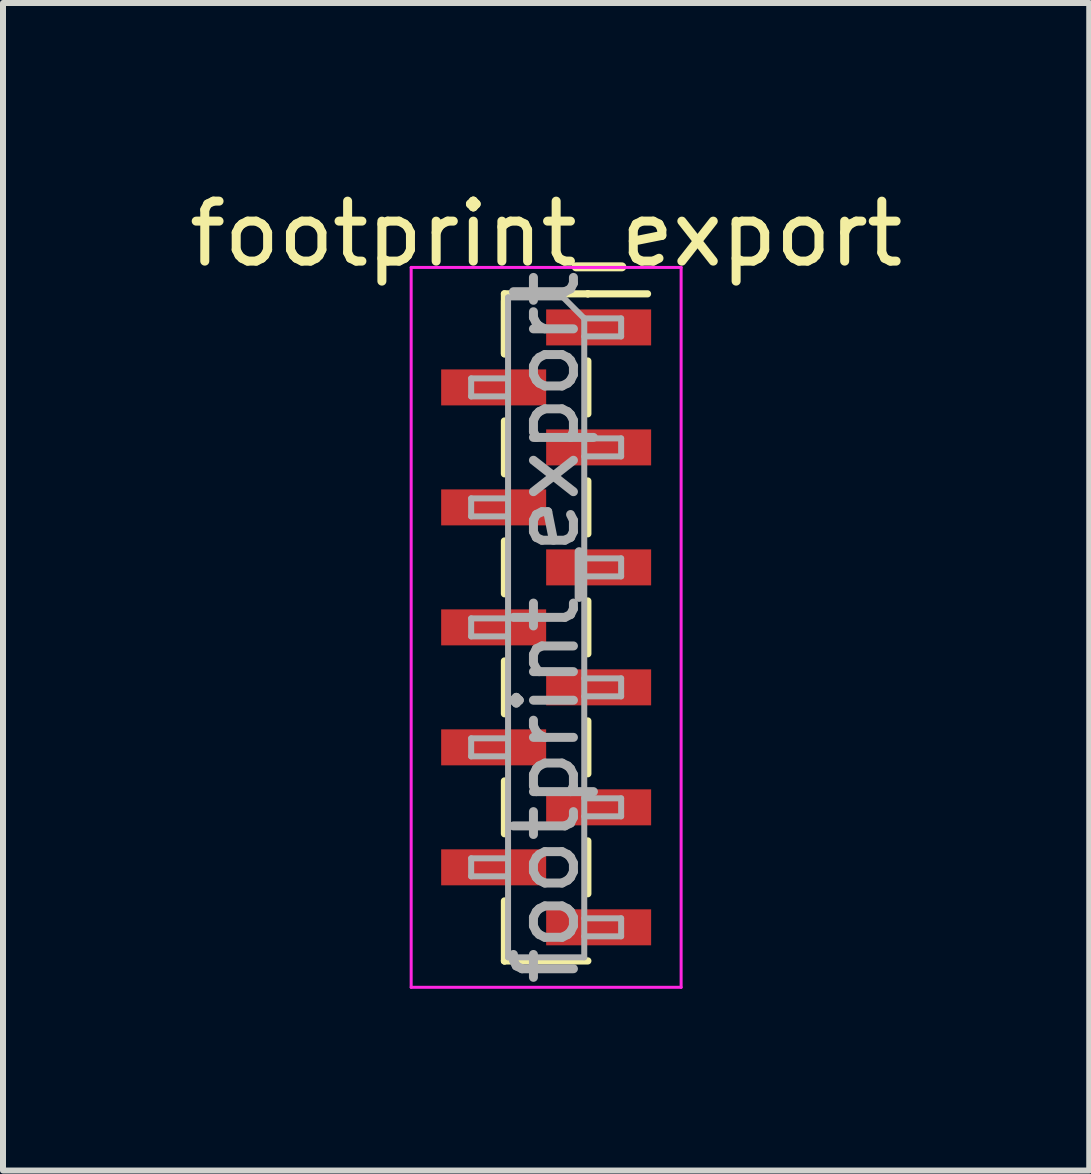
<source format=kicad_pcb>
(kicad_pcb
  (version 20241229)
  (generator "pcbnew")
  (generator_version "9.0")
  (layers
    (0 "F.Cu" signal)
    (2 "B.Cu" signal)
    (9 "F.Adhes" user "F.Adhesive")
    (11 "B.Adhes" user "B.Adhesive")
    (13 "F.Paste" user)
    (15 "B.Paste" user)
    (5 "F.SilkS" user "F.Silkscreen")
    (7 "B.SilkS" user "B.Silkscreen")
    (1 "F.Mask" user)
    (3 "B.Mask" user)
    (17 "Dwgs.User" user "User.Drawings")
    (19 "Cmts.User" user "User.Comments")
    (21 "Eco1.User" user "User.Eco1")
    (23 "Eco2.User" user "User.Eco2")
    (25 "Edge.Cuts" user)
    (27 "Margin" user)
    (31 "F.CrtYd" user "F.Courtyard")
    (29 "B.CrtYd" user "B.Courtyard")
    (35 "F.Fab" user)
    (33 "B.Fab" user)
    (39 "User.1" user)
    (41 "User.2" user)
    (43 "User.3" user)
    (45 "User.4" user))
  (footprint "footprint_export"
    (layer "F.Cu")
    (at 6.054 7.408)
    (property "Reference" "footprint_export" (at 0 -6.56 0) (layer "F.SilkS") (effects (font (size 1 1) (thickness 0.15))))
    (attr smd)
    (fp_line (start -0.695 -5.56) (end -0.695 -4.56) (stroke (width 0.12) (type solid)) (layer "F.SilkS"))
    (fp_line (start -0.695 -5.56) (end 0.695 -5.56) (stroke (width 0.12) (type solid)) (layer "F.SilkS"))
    (fp_line (start -0.695 -5.44) (end -0.695 -4.56) (stroke (width 0.12) (type solid)) (layer "F.SilkS"))
    (fp_line (start -0.695 -3.44) (end -0.695 -2.56) (stroke (width 0.12) (type solid)) (layer "F.SilkS"))
    (fp_line (start -0.695 -1.44) (end -0.695 -0.56) (stroke (width 0.12) (type solid)) (layer "F.SilkS"))
    (fp_line (start -0.695 0.56) (end -0.695 1.44) (stroke (width 0.12) (type solid)) (layer "F.SilkS"))
    (fp_line (start -0.695 2.56) (end -0.695 3.44) (stroke (width 0.12) (type solid)) (layer "F.SilkS"))
    (fp_line (start -0.695 4.56) (end -0.695 5.56) (stroke (width 0.12) (type solid)) (layer "F.SilkS"))
    (fp_line (start -0.695 5.56) (end -0.695 5.56) (stroke (width 0.12) (type solid)) (layer "F.SilkS"))
    (fp_line (start -0.695 5.56) (end 0.695 5.56) (stroke (width 0.12) (type solid)) (layer "F.SilkS"))
    (fp_line (start 0.695 -5.56) (end 0.695 -5.56) (stroke (width 0.12) (type solid)) (layer "F.SilkS"))
    (fp_line (start 0.695 -5.56) (end 1.69 -5.56) (stroke (width 0.12) (type solid)) (layer "F.SilkS"))
    (fp_line (start 0.695 -4.44) (end 0.695 -3.56) (stroke (width 0.12) (type solid)) (layer "F.SilkS"))
    (fp_line (start 0.695 -2.44) (end 0.695 -1.56) (stroke (width 0.12) (type solid)) (layer "F.SilkS"))
    (fp_line (start 0.695 -0.44) (end 0.695 0.44) (stroke (width 0.12) (type solid)) (layer "F.SilkS"))
    (fp_line (start 0.695 1.56) (end 0.695 2.44) (stroke (width 0.12) (type solid)) (layer "F.SilkS"))
    (fp_line (start 0.695 3.56) (end 0.695 4.44) (stroke (width 0.12) (type solid)) (layer "F.SilkS"))
    (fp_line (start -2.25 -6) (end -2.25 6) (stroke (width 0.05) (type solid)) (layer "F.CrtYd"))
    (fp_line (start -2.25 6) (end 2.25 6) (stroke (width 0.05) (type solid)) (layer "F.CrtYd"))
    (fp_line (start 2.25 -6) (end -2.25 -6) (stroke (width 0.05) (type solid)) (layer "F.CrtYd"))
    (fp_line (start 2.25 6) (end 2.25 -6) (stroke (width 0.05) (type solid)) (layer "F.CrtYd"))
    (fp_line (start -1.25 -4.15) (end -1.25 -3.85) (stroke (width 0.1) (type solid)) (layer "F.Fab"))
    (fp_line (start -1.25 -3.85) (end -0.635 -3.85) (stroke (width 0.1) (type solid)) (layer "F.Fab"))
    (fp_line (start -1.25 -2.15) (end -1.25 -1.85) (stroke (width 0.1) (type solid)) (layer "F.Fab"))
    (fp_line (start -1.25 -1.85) (end -0.635 -1.85) (stroke (width 0.1) (type solid)) (layer "F.Fab"))
    (fp_line (start -1.25 -0.15) (end -1.25 0.15) (stroke (width 0.1) (type solid)) (layer "F.Fab"))
    (fp_line (start -1.25 0.15) (end -0.635 0.15) (stroke (width 0.1) (type solid)) (layer "F.Fab"))
    (fp_line (start -1.25 1.85) (end -1.25 2.15) (stroke (width 0.1) (type solid)) (layer "F.Fab"))
    (fp_line (start -1.25 2.15) (end -0.635 2.15) (stroke (width 0.1) (type solid)) (layer "F.Fab"))
    (fp_line (start -1.25 3.85) (end -1.25 4.15) (stroke (width 0.1) (type solid)) (layer "F.Fab"))
    (fp_line (start -1.25 4.15) (end -0.635 4.15) (stroke (width 0.1) (type solid)) (layer "F.Fab"))
    (fp_line (start -0.635 -5.5) (end -0.635 5.5) (stroke (width 0.1) (type solid)) (layer "F.Fab"))
    (fp_line (start -0.635 -5.5) (end 0.285 -5.5) (stroke (width 0.1) (type solid)) (layer "F.Fab"))
    (fp_line (start -0.635 -4.15) (end -1.25 -4.15) (stroke (width 0.1) (type solid)) (layer "F.Fab"))
    (fp_line (start -0.635 -2.15) (end -1.25 -2.15) (stroke (width 0.1) (type solid)) (layer "F.Fab"))
    (fp_line (start -0.635 -0.15) (end -1.25 -0.15) (stroke (width 0.1) (type solid)) (layer "F.Fab"))
    (fp_line (start -0.635 1.85) (end -1.25 1.85) (stroke (width 0.1) (type solid)) (layer "F.Fab"))
    (fp_line (start -0.635 3.85) (end -1.25 3.85) (stroke (width 0.1) (type solid)) (layer "F.Fab"))
    (fp_line (start 0.635 -5.15) (end 0.285 -5.5) (stroke (width 0.1) (type solid)) (layer "F.Fab"))
    (fp_line (start 0.635 -5.15) (end 1.25 -5.15) (stroke (width 0.1) (type solid)) (layer "F.Fab"))
    (fp_line (start 0.635 -3.15) (end 1.25 -3.15) (stroke (width 0.1) (type solid)) (layer "F.Fab"))
    (fp_line (start 0.635 -1.15) (end 1.25 -1.15) (stroke (width 0.1) (type solid)) (layer "F.Fab"))
    (fp_line (start 0.635 0.85) (end 1.25 0.85) (stroke (width 0.1) (type solid)) (layer "F.Fab"))
    (fp_line (start 0.635 2.85) (end 1.25 2.85) (stroke (width 0.1) (type solid)) (layer "F.Fab"))
    (fp_line (start 0.635 4.85) (end 1.25 4.85) (stroke (width 0.1) (type solid)) (layer "F.Fab"))
    (fp_line (start 0.635 5.5) (end -0.635 5.5) (stroke (width 0.1) (type solid)) (layer "F.Fab"))
    (fp_line (start 0.635 5.5) (end 0.635 -5.15) (stroke (width 0.1) (type solid)) (layer "F.Fab"))
    (fp_line (start 1.25 -5.15) (end 1.25 -4.85) (stroke (width 0.1) (type solid)) (layer "F.Fab"))
    (fp_line (start 1.25 -4.85) (end 0.635 -4.85) (stroke (width 0.1) (type solid)) (layer "F.Fab"))
    (fp_line (start 1.25 -3.15) (end 1.25 -2.85) (stroke (width 0.1) (type solid)) (layer "F.Fab"))
    (fp_line (start 1.25 -2.85) (end 0.635 -2.85) (stroke (width 0.1) (type solid)) (layer "F.Fab"))
    (fp_line (start 1.25 -1.15) (end 1.25 -0.85) (stroke (width 0.1) (type solid)) (layer "F.Fab"))
    (fp_line (start 1.25 -0.85) (end 0.635 -0.85) (stroke (width 0.1) (type solid)) (layer "F.Fab"))
    (fp_line (start 1.25 0.85) (end 1.25 1.15) (stroke (width 0.1) (type solid)) (layer "F.Fab"))
    (fp_line (start 1.25 1.15) (end 0.635 1.15) (stroke (width 0.1) (type solid)) (layer "F.Fab"))
    (fp_line (start 1.25 2.85) (end 1.25 3.15) (stroke (width 0.1) (type solid)) (layer "F.Fab"))
    (fp_line (start 1.25 3.15) (end 0.635 3.15) (stroke (width 0.1) (type solid)) (layer "F.Fab"))
    (fp_line (start 1.25 4.85) (end 1.25 5.15) (stroke (width 0.1) (type solid)) (layer "F.Fab"))
    (fp_line (start 1.25 5.15) (end 0.635 5.15) (stroke (width 0.1) (type solid)) (layer "F.Fab"))
    (fp_text user "${REFERENCE}" (at 0 0 90) (layer "F.Fab") (effects (font (size 1 1) (thickness 0.15))))
    (pad "1" smd rect (at 0.875 -5) (size 1.75 0.6) (layers "F.Cu" "F.Mask" "F.Paste"))
    (pad "2" smd rect (at -0.875 -4) (size 1.75 0.6) (layers "F.Cu" "F.Mask" "F.Paste"))
    (pad "3" smd rect (at 0.875 -3) (size 1.75 0.6) (layers "F.Cu" "F.Mask" "F.Paste"))
    (pad "4" smd rect (at -0.875 -2) (size 1.75 0.6) (layers "F.Cu" "F.Mask" "F.Paste"))
    (pad "5" smd rect (at 0.875 -1) (size 1.75 0.6) (layers "F.Cu" "F.Mask" "F.Paste"))
    (pad "6" smd rect (at -0.875 0) (size 1.75 0.6) (layers "F.Cu" "F.Mask" "F.Paste"))
    (pad "7" smd rect (at 0.875 1) (size 1.75 0.6) (layers "F.Cu" "F.Mask" "F.Paste"))
    (pad "8" smd rect (at -0.875 2) (size 1.75 0.6) (layers "F.Cu" "F.Mask" "F.Paste"))
    (pad "9" smd rect (at 0.875 3) (size 1.75 0.6) (layers "F.Cu" "F.Mask" "F.Paste"))
    (pad "10" smd rect (at -0.875 4) (size 1.75 0.6) (layers "F.Cu" "F.Mask" "F.Paste"))
    (pad "11" smd rect (at 0.875 5) (size 1.75 0.6) (layers "F.Cu" "F.Mask" "F.Paste")))
  (gr_rect
    (start -3 -3)
    (end 15.107 16.462)
    (stroke (width 0.1) (type default))
    (fill no)
    (layer "Edge.Cuts")))
</source>
